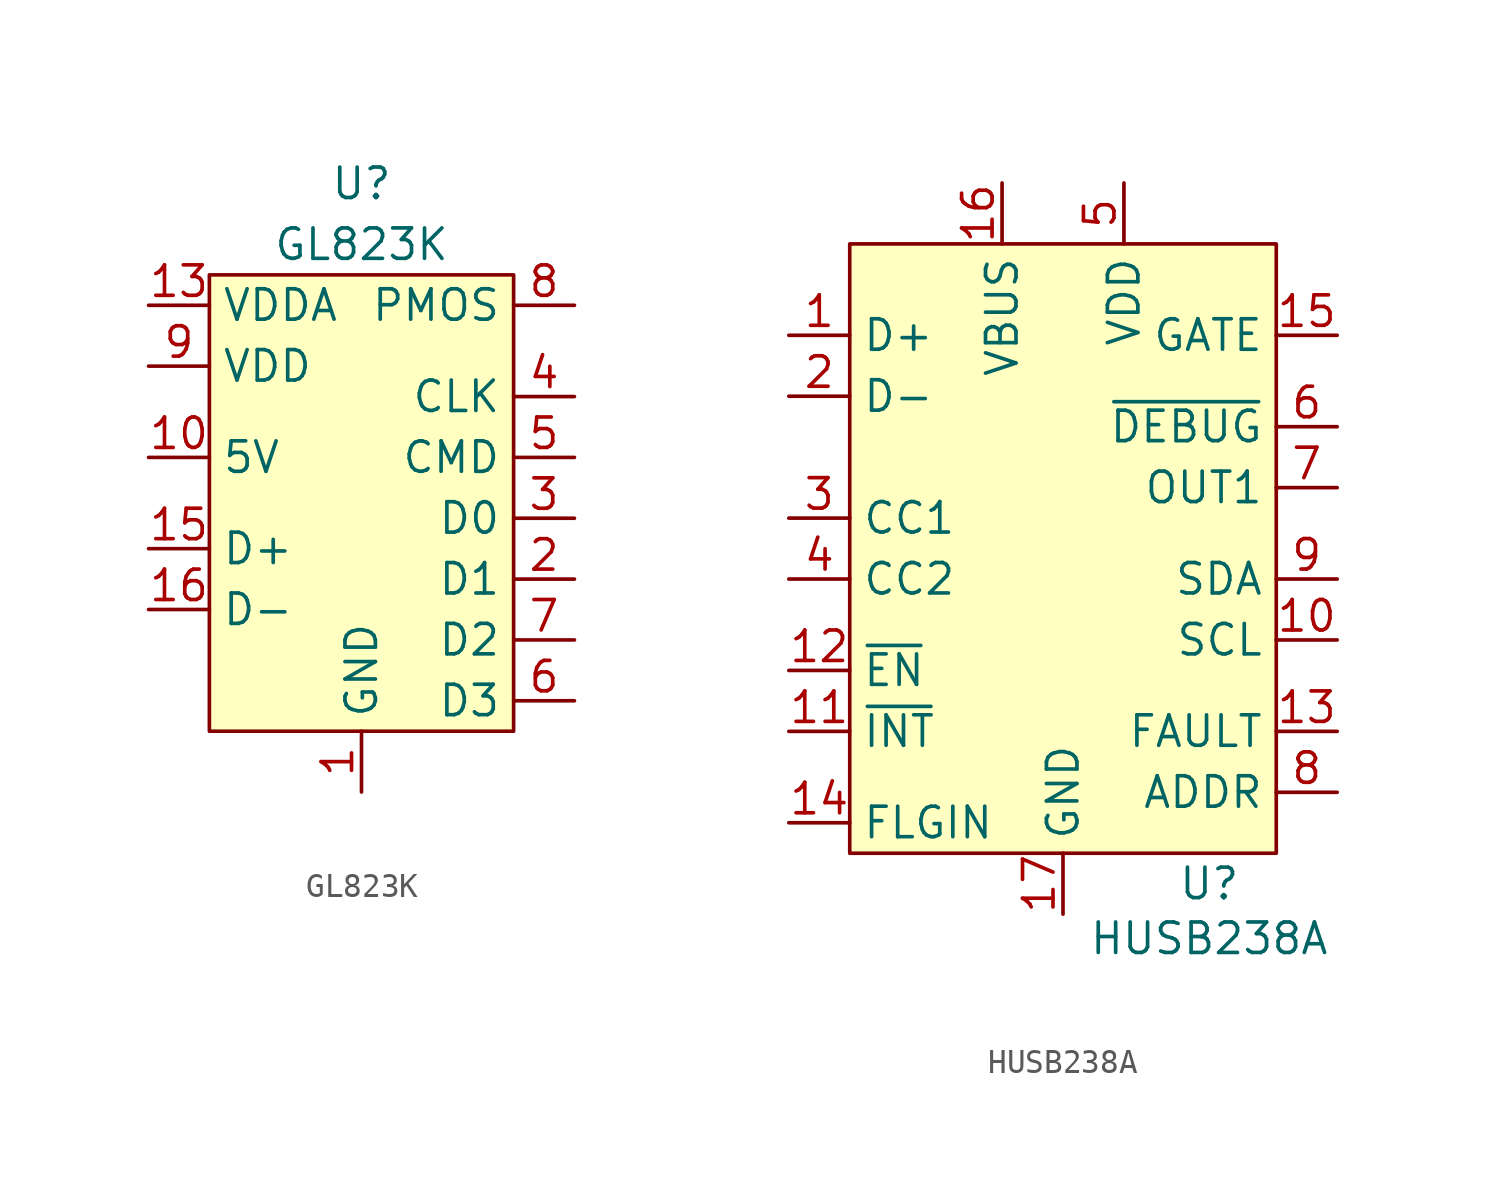
<source format=kicad_sym>
(kicad_symbol_lib
  (version 20241209)
  (generator "kicad_symbol_editor")
  (generator_version "9.0")
  (symbol "GL823K"
    (property "Reference" "U"
      (at 0 12.7 0)
      (effects (font (size 1.27 1.27))))
    (property "Value" "GL823K"
      (at 0 10.16 0)
      (effects (font (size 1.27 1.27))))
    (symbol "GL823K_1_1"
      (rectangle (start -6.35 8.89) (end 6.35 -10.16) (stroke (width 0) (type solid)) (fill (type background)))
      (pin power_in line (at -8.89 7.62 0) (length 2.54) (name "VDDA" (effects (font (size 1.27 1.27)))) (number "13" (effects (font (size 1.27 1.27)))))
      (pin power_in line (at -8.89 5.08 0) (length 2.54) (name "VDD" (effects (font (size 1.27 1.27)))) (number "9" (effects (font (size 1.27 1.27)))))
      (pin power_in line (at -8.89 1.27 0) (length 2.54) (name "5V" (effects (font (size 1.27 1.27)))) (number "10" (effects (font (size 1.27 1.27)))))
      (pin bidirectional line (at -8.89 -2.54 0) (length 2.54) (name "D+" (effects (font (size 1.27 1.27)))) (number "15" (effects (font (size 1.27 1.27)))))
      (pin bidirectional line (at -8.89 -5.08 0) (length 2.54) (name "D-" (effects (font (size 1.27 1.27)))) (number "16" (effects (font (size 1.27 1.27)))))
      (pin passive line (at 0 -12.7 90) (length 2.54) (name "GND" (effects (font (size 1.27 1.27)))) (number "1" (effects (font (size 1.27 1.27)))))
      (pin passive line (at 0 -12.7 90) (length 2.54) (hide yes) (name "GND" (effects (font (size 1.27 1.27)))) (number "14" (effects (font (size 1.27 1.27)))))
      (pin power_out line (at 8.89 7.62 180) (length 2.54) (name "PMOS" (effects (font (size 1.27 1.27)))) (number "8" (effects (font (size 1.27 1.27)))))
      (pin output line (at 8.89 3.81 180) (length 2.54) (name "CLK" (effects (font (size 1.27 1.27)))) (number "4" (effects (font (size 1.27 1.27)))))
      (pin bidirectional line (at 8.89 1.27 180) (length 2.54) (name "CMD" (effects (font (size 1.27 1.27)))) (number "5" (effects (font (size 1.27 1.27)))))
      (pin bidirectional line (at 8.89 -1.27 180) (length 2.54) (name "D0" (effects (font (size 1.27 1.27)))) (number "3" (effects (font (size 1.27 1.27)))))
      (pin bidirectional line (at 8.89 -3.81 180) (length 2.54) (name "D1" (effects (font (size 1.27 1.27)))) (number "2" (effects (font (size 1.27 1.27)))))
      (pin bidirectional line (at 8.89 -6.35 180) (length 2.54) (name "D2" (effects (font (size 1.27 1.27)))) (number "7" (effects (font (size 1.27 1.27)))))
      (pin bidirectional line (at 8.89 -8.89 180) (length 2.54) (name "D3" (effects (font (size 1.27 1.27)))) (number "6" (effects (font (size 1.27 1.27)))))))
  (symbol "HUSB238A"
    (property "Reference" "U"
      (at 6.096 -13.97 0)
      (effects (font (size 1.27 1.27))))
    (property "Value" "HUSB238A"
      (at 6.096 -16.256 0)
      (effects (font (size 1.27 1.27))))
    (symbol "HUSB238A_1_1"
      (rectangle (start -8.89 12.7) (end 8.89 -12.7) (stroke (width 0) (type solid)) (fill (type background)))
      (pin bidirectional line (at -11.43 8.89 0) (length 2.54) (name "D+" (effects (font (size 1.27 1.27)))) (number "1" (effects (font (size 1.27 1.27)))))
      (pin bidirectional line (at -11.43 6.35 0) (length 2.54) (name "D-" (effects (font (size 1.27 1.27)))) (number "2" (effects (font (size 1.27 1.27)))))
      (pin bidirectional line (at -11.43 1.27 0) (length 2.54) (name "CC1" (effects (font (size 1.27 1.27)))) (number "3" (effects (font (size 1.27 1.27)))))
      (pin bidirectional line (at -11.43 -1.27 0) (length 2.54) (name "CC2" (effects (font (size 1.27 1.27)))) (number "4" (effects (font (size 1.27 1.27)))))
      (pin input line (at -11.43 -5.08 0) (length 2.54) (name "~{EN}" (effects (font (size 1.27 1.27)))) (number "12" (effects (font (size 1.27 1.27)))))
      (pin input line (at -11.43 -7.62 0) (length 2.54) (name "~{INT}" (effects (font (size 1.27 1.27)))) (number "11" (effects (font (size 1.27 1.27)))))
      (pin input line (at -11.43 -11.43 0) (length 2.54) (name "FLGIN" (effects (font (size 1.27 1.27)))) (number "14" (effects (font (size 1.27 1.27)))))
      (pin power_in line (at -2.54 15.24 270) (length 2.54) (name "VBUS" (effects (font (size 1.27 1.27)))) (number "16" (effects (font (size 1.27 1.27)))))
      (pin passive line (at 0 -15.24 90) (length 2.54) (name "GND" (effects (font (size 1.27 1.27)))) (number "17" (effects (font (size 1.27 1.27)))))
      (pin power_in line (at 2.54 15.24 270) (length 2.54) (name "VDD" (effects (font (size 1.27 1.27)))) (number "5" (effects (font (size 1.27 1.27)))))
      (pin open_emitter line (at 11.43 8.89 180) (length 2.54) (name "GATE" (effects (font (size 1.27 1.27)))) (number "15" (effects (font (size 1.27 1.27)))))
      (pin passive line (at 11.43 5.08 180) (length 2.54) (name "~{DEBUG}" (effects (font (size 1.27 1.27)))) (number "6" (effects (font (size 1.27 1.27)))))
      (pin passive line (at 11.43 2.54 180) (length 2.54) (name "OUT1" (effects (font (size 1.27 1.27)))) (number "7" (effects (font (size 1.27 1.27)))))
      (pin bidirectional line (at 11.43 -1.27 180) (length 2.54) (name "SDA" (effects (font (size 1.27 1.27)))) (number "9" (effects (font (size 1.27 1.27)))))
      (pin bidirectional line (at 11.43 -3.81 180) (length 2.54) (name "SCL" (effects (font (size 1.27 1.27)))) (number "10" (effects (font (size 1.27 1.27)))))
      (pin output line (at 11.43 -7.62 180) (length 2.54) (name "FAULT" (effects (font (size 1.27 1.27)))) (number "13" (effects (font (size 1.27 1.27)))))
      (pin passive line (at 11.43 -10.16 180) (length 2.54) (name "ADDR" (effects (font (size 1.27 1.27)))) (number "8" (effects (font (size 1.27 1.27))))))))
</source>
